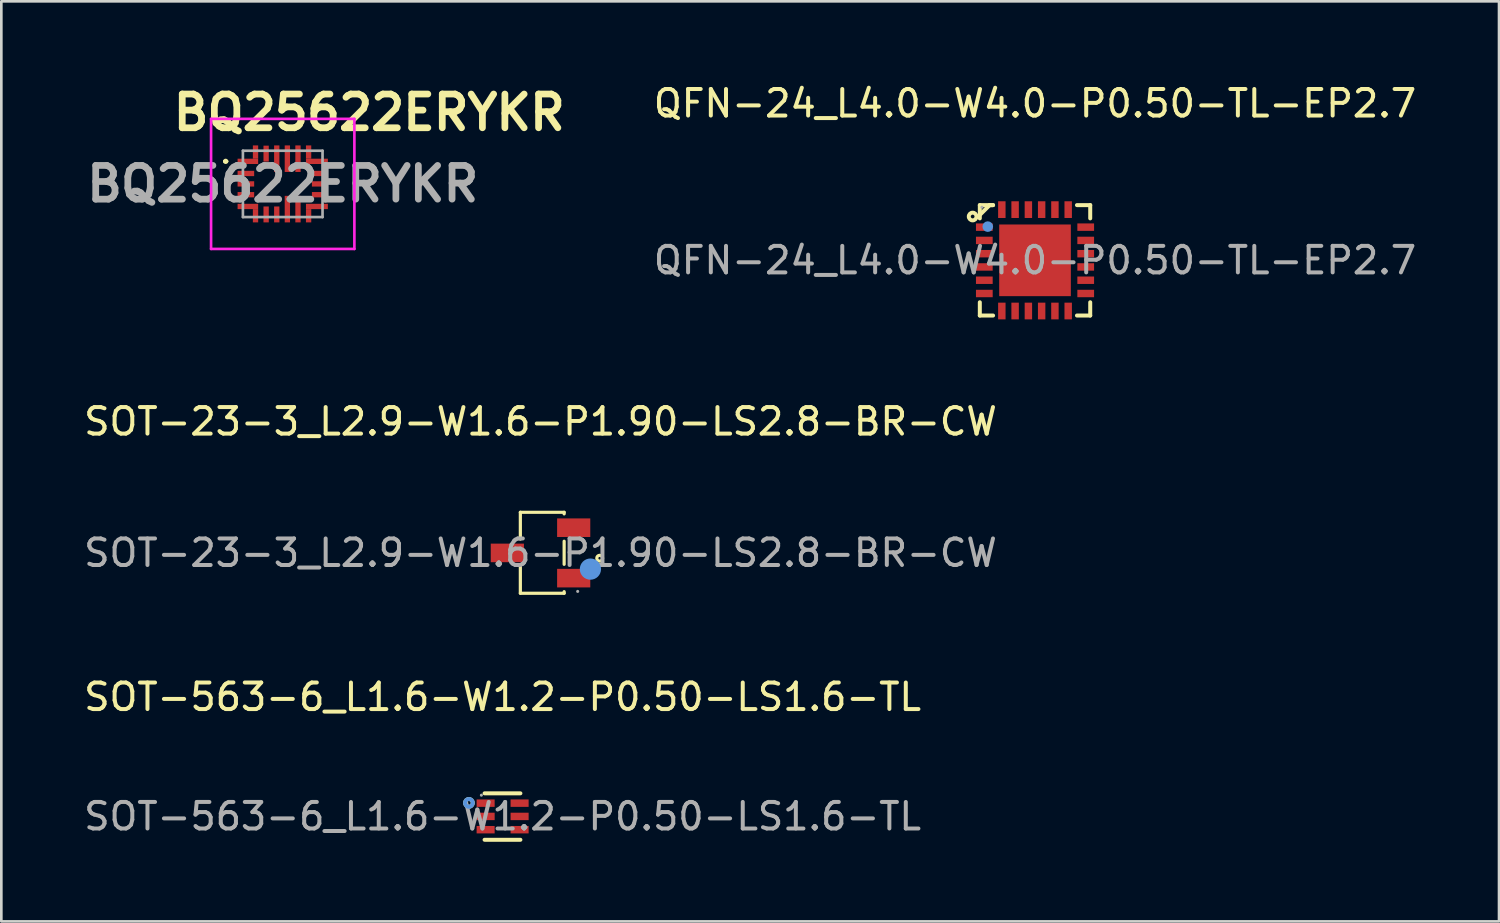
<source format=kicad_pcb>
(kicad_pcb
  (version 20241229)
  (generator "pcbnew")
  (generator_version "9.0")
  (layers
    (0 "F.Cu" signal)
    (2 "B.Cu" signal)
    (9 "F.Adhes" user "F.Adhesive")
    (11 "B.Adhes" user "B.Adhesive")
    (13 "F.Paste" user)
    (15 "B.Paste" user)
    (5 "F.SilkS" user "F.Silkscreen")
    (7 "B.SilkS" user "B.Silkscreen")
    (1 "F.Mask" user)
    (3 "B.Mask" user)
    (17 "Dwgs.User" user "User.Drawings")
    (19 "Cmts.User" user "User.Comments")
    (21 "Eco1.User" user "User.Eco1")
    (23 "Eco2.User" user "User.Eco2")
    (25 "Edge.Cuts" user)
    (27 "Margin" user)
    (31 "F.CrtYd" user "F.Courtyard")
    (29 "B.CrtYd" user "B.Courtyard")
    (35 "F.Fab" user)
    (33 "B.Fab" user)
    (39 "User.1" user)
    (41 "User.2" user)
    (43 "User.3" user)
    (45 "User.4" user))
  (footprint "SOT-563-6_L1.6-W1.2-P0.50-LS1.6-TL"
    (layer "F.Cu")
    (at 15.887 27.71)
    (property "Reference" "SOT-563-6_L1.6-W1.2-P0.50-LS1.6-TL" (at 0 -4.5 0) (layer "F.SilkS") (effects (font (size 1 1) (thickness 0.15))))
    (attr smd)
    (fp_line (start -0.68 -0.87) (end 0.67 -0.87) (stroke (width 0.15) (type solid)) (layer "F.SilkS"))
    (fp_line (start -0.68 0.88) (end 0.67 0.88) (stroke (width 0.15) (type solid)) (layer "F.SilkS"))
    (fp_circle (center -1.27 -0.51) (end -1.2 -0.51) (stroke (width 0.15) (type solid)) (fill no) (layer "F.SilkS"))
    (fp_circle (center -1.27 -0.51) (end -1.2 -0.51) (stroke (width 0.15) (type solid)) (fill no) (layer "Cmts.User"))
    (fp_circle (center -0.8 -0.8) (end -0.77 -0.8) (stroke (width 0.06) (type solid)) (fill no) (layer "F.Fab"))
    (fp_text user "${REFERENCE}" (at 0 0 0) (layer "F.Fab") (effects (font (size 1 1) (thickness 0.15))))
    (pad "1" smd rect (at -0.64 -0.5 270) (size 0.28 0.68) (layers "F.Cu" "F.Mask" "F.Paste"))
    (pad "2" smd rect (at -0.64 0 270) (size 0.28 0.68) (layers "F.Cu" "F.Mask" "F.Paste"))
    (pad "3" smd rect (at -0.64 0.5 270) (size 0.28 0.68) (layers "F.Cu" "F.Mask" "F.Paste"))
    (pad "4" smd rect (at 0.64 0.5 270) (size 0.28 0.68) (layers "F.Cu" "F.Mask" "F.Paste"))
    (pad "5" smd rect (at 0.64 0 270) (size 0.28 0.68) (layers "F.Cu" "F.Mask" "F.Paste"))
    (pad "6" smd rect (at 0.64 -0.5 270) (size 0.28 0.68) (layers "F.Cu" "F.Mask" "F.Paste")))
  (footprint "SOT-23-3_L2.9-W1.6-P1.90-LS2.8-BR-CW"
    (layer "F.Cu")
    (at 17.315 17.782)
    (property "Reference" "SOT-23-3_L2.9-W1.6-P1.90-LS2.8-BR-CW" (at 0 -4.95 0) (layer "F.SilkS") (effects (font (size 1 1) (thickness 0.15))))
    (attr smd)
    (fp_line (start -0.76 -1.53) (end 0.89 -1.53) (stroke (width 0.12) (type solid)) (layer "F.SilkS"))
    (fp_line (start -0.76 -0.52) (end -0.76 -1.53) (stroke (width 0.12) (type solid)) (layer "F.SilkS"))
    (fp_line (start -0.76 1.52) (end -0.76 0.51) (stroke (width 0.12) (type solid)) (layer "F.SilkS"))
    (fp_line (start 0.89 -1.53) (end 0.89 -1.47) (stroke (width 0.12) (type solid)) (layer "F.SilkS"))
    (fp_line (start 0.89 -0.44) (end 0.89 0.43) (stroke (width 0.12) (type solid)) (layer "F.SilkS"))
    (fp_line (start 0.89 1.46) (end 0.89 1.52) (stroke (width 0.12) (type solid)) (layer "F.SilkS"))
    (fp_line (start 0.89 1.52) (end -0.76 1.52) (stroke (width 0.12) (type solid)) (layer "F.SilkS"))
    (fp_circle (center 2.23 0.2) (end 2.28 0.2) (stroke (width 0.12) (type solid)) (fill no) (layer "F.SilkS"))
    (fp_circle (center 1.88 0.61) (end 2.08 0.61) (stroke (width 0.4) (type solid)) (fill no) (layer "Cmts.User"))
    (fp_circle (center 1.4 1.45) (end 1.43 1.45) (stroke (width 0.06) (type solid)) (fill no) (layer "F.Fab"))
    (fp_text user "${REFERENCE}" (at 0 0 0) (layer "F.Fab") (effects (font (size 1 1) (thickness 0.15))))
    (pad "1" smd rect (at 1.25 0.95 270) (size 0.7 1.25) (layers "F.Cu" "F.Mask" "F.Paste"))
    (pad "2" smd rect (at -1.25 0 270) (size 0.7 1.25) (layers "F.Cu" "F.Mask" "F.Paste"))
    (pad "3" smd rect (at 1.25 -0.95 270) (size 0.7 1.25) (layers "F.Cu" "F.Mask" "F.Paste")))
  (footprint "QFN-24_L4.0-W4.0-P0.50-TL-EP2.7"
    (layer "F.Cu")
    (at 35.946 6.758)
    (property "Reference" "QFN-24_L4.0-W4.0-P0.50-TL-EP2.7" (at 0 -5.91 0) (layer "F.SilkS") (effects (font (size 1 1) (thickness 0.15))))
    (attr smd)
    (fp_line (start -2.08 -2.08) (end -2.08 -1.58) (stroke (width 0.15) (type solid)) (layer "F.SilkS"))
    (fp_line (start -2.08 2.08) (end -2.08 1.58) (stroke (width 0.15) (type solid)) (layer "F.SilkS"))
    (fp_line (start -1.71 -2.08) (end -2.08 -1.71) (stroke (width 0.15) (type solid)) (layer "F.SilkS"))
    (fp_line (start -1.58 -2.08) (end -2.08 -2.08) (stroke (width 0.15) (type solid)) (layer "F.SilkS"))
    (fp_line (start -1.58 -2.08) (end -1.71 -2.08) (stroke (width 0.15) (type solid)) (layer "F.SilkS"))
    (fp_line (start -1.58 2.08) (end -2.08 2.08) (stroke (width 0.15) (type solid)) (layer "F.SilkS"))
    (fp_line (start 1.58 -2.08) (end 2.08 -2.08) (stroke (width 0.15) (type solid)) (layer "F.SilkS"))
    (fp_line (start 1.58 2.08) (end 2.08 2.08) (stroke (width 0.15) (type solid)) (layer "F.SilkS"))
    (fp_line (start 2.08 -2.08) (end 2.08 -1.58) (stroke (width 0.15) (type solid)) (layer "F.SilkS"))
    (fp_line (start 2.08 2.08) (end 2.08 1.58) (stroke (width 0.15) (type solid)) (layer "F.SilkS"))
    (fp_circle (center -2.35 -1.65) (end -2.28 -1.65) (stroke (width 0.15) (type solid)) (fill no) (layer "F.SilkS"))
    (fp_circle (center -1.78 -1.27) (end -1.68 -1.27) (stroke (width 0.2) (type solid)) (fill no) (layer "Cmts.User"))
    (fp_circle (center -2 -2) (end -1.97 -2) (stroke (width 0.06) (type solid)) (fill no) (layer "F.Fab"))
    (fp_text user "${REFERENCE}" (at 0 0 0) (layer "F.Fab") (effects (font (size 1 1) (thickness 0.15))))
    (pad "1" smd rect (at -1.91 -1.25) (size 0.63 0.28) (layers "F.Cu" "F.Mask" "F.Paste"))
    (pad "2" smd rect (at -1.91 -0.75) (size 0.63 0.28) (layers "F.Cu" "F.Mask" "F.Paste"))
    (pad "3" smd rect (at -1.91 -0.25) (size 0.63 0.28) (layers "F.Cu" "F.Mask" "F.Paste"))
    (pad "4" smd rect (at -1.91 0.25) (size 0.63 0.28) (layers "F.Cu" "F.Mask" "F.Paste"))
    (pad "5" smd rect (at -1.91 0.75) (size 0.63 0.28) (layers "F.Cu" "F.Mask" "F.Paste"))
    (pad "6" smd rect (at -1.91 1.25) (size 0.63 0.28) (layers "F.Cu" "F.Mask" "F.Paste"))
    (pad "7" smd rect (at -1.25 1.91) (size 0.28 0.63) (layers "F.Cu" "F.Mask" "F.Paste"))
    (pad "8" smd rect (at -0.75 1.91) (size 0.28 0.63) (layers "F.Cu" "F.Mask" "F.Paste"))
    (pad "9" smd rect (at -0.25 1.91) (size 0.28 0.63) (layers "F.Cu" "F.Mask" "F.Paste"))
    (pad "10" smd rect (at 0.25 1.91) (size 0.28 0.63) (layers "F.Cu" "F.Mask" "F.Paste"))
    (pad "11" smd rect (at 0.75 1.91) (size 0.28 0.63) (layers "F.Cu" "F.Mask" "F.Paste"))
    (pad "12" smd rect (at 1.25 1.91) (size 0.28 0.63) (layers "F.Cu" "F.Mask" "F.Paste"))
    (pad "13" smd rect (at 1.91 1.25) (size 0.63 0.28) (layers "F.Cu" "F.Mask" "F.Paste"))
    (pad "14" smd rect (at 1.91 0.75) (size 0.63 0.28) (layers "F.Cu" "F.Mask" "F.Paste"))
    (pad "15" smd rect (at 1.91 0.25) (size 0.63 0.28) (layers "F.Cu" "F.Mask" "F.Paste"))
    (pad "16" smd rect (at 1.91 -0.25) (size 0.63 0.28) (layers "F.Cu" "F.Mask" "F.Paste"))
    (pad "17" smd rect (at 1.91 -0.75) (size 0.63 0.28) (layers "F.Cu" "F.Mask" "F.Paste"))
    (pad "18" smd rect (at 1.91 -1.25) (size 0.63 0.28) (layers "F.Cu" "F.Mask" "F.Paste"))
    (pad "19" smd rect (at 1.25 -1.91) (size 0.28 0.63) (layers "F.Cu" "F.Mask" "F.Paste"))
    (pad "20" smd rect (at 0.75 -1.91) (size 0.28 0.63) (layers "F.Cu" "F.Mask" "F.Paste"))
    (pad "21" smd rect (at 0.25 -1.91) (size 0.28 0.63) (layers "F.Cu" "F.Mask" "F.Paste"))
    (pad "22" smd rect (at -0.25 -1.91) (size 0.28 0.63) (layers "F.Cu" "F.Mask" "F.Paste"))
    (pad "23" smd rect (at -0.75 -1.91) (size 0.28 0.63) (layers "F.Cu" "F.Mask" "F.Paste"))
    (pad "24" smd rect (at -1.25 -1.91) (size 0.28 0.63) (layers "F.Cu" "F.Mask" "F.Paste"))
    (pad "25" smd rect (at 0 0) (size 2.7 2.7) (layers "F.Cu" "F.Mask" "F.Paste")))
  (footprint "BQ25622ERYKR"
    (layer "F.Cu")
    (at 7.602 3.879)
    (property "Reference" "BQ25622ERYKR" (at 3.26 -2.69 0) (layer "F.SilkS") (effects (font (size 1.27 1.27) (thickness 0.254))))
    (attr smd)
    (fp_line (start -2.2 -0.85) (end -2.2 -0.85) (stroke (width 0.1) (type solid)) (layer "F.SilkS"))
    (fp_line (start -2.1 -0.85) (end -2.1 -0.85) (stroke (width 0.1) (type solid)) (layer "F.SilkS"))
    (fp_arc (start -2.2 -0.85) (mid -2.15 -0.9) (end -2.1 -0.85) (stroke (width 0.1) (type solid)) (layer "F.SilkS"))
    (fp_arc (start -2.1 -0.85) (mid -2.15 -0.8) (end -2.2 -0.85) (stroke (width 0.1) (type solid)) (layer "F.SilkS"))
    (fp_line (start -2.7 -2.45) (end 2.7 -2.45) (stroke (width 0.1) (type solid)) (layer "F.CrtYd"))
    (fp_line (start -2.7 2.45) (end -2.7 -2.45) (stroke (width 0.1) (type solid)) (layer "F.CrtYd"))
    (fp_line (start 2.7 -2.45) (end 2.7 2.45) (stroke (width 0.1) (type solid)) (layer "F.CrtYd"))
    (fp_line (start 2.7 2.45) (end -2.7 2.45) (stroke (width 0.1) (type solid)) (layer "F.CrtYd"))
    (fp_line (start -1.5 -1.25) (end 1.5 -1.25) (stroke (width 0.1) (type solid)) (layer "F.Fab"))
    (fp_line (start -1.5 1.25) (end -1.5 -1.25) (stroke (width 0.1) (type solid)) (layer "F.Fab"))
    (fp_line (start 1.5 -1.25) (end 1.5 1.25) (stroke (width 0.1) (type solid)) (layer "F.Fab"))
    (fp_line (start 1.5 1.25) (end -1.5 1.25) (stroke (width 0.1) (type solid)) (layer "F.Fab"))
    (fp_text user "${REFERENCE}" (at 0 0 0) (layer "F.Fab") (effects (font (size 1.27 1.27) (thickness 0.254))))
    (pad "1" smd rect (at -1.313 -0.85 90) (size 0.2 0.775) (layers "F.Cu" "F.Mask" "F.Paste"))
    (pad "1" smd rect (at -1.025 -1.2) (size 0.2 0.5) (layers "F.Cu" "F.Mask" "F.Paste"))
    (pad "2" smd rect (at -1.388 -0.393 90) (size 0.2 0.625) (layers "F.Cu" "F.Mask" "F.Paste"))
    (pad "3" smd rect (at -1.388 0 90) (size 0.2 0.625) (layers "F.Cu" "F.Mask" "F.Paste"))
    (pad "4" smd rect (at -1.388 0.407 90) (size 0.2 0.625) (layers "F.Cu" "F.Mask" "F.Paste"))
    (pad "5" smd rect (at -1.313 0.85 90) (size 0.2 0.775) (layers "F.Cu" "F.Mask" "F.Paste"))
    (pad "5" smd rect (at -1.025 1.2) (size 0.2 0.5) (layers "F.Cu" "F.Mask" "F.Paste"))
    (pad "6" smd rect (at -0.625 1.15) (size 0.2 0.6) (layers "F.Cu" "F.Mask" "F.Paste"))
    (pad "7" smd rect (at -0.225 1.15) (size 0.2 0.6) (layers "F.Cu" "F.Mask" "F.Paste"))
    (pad "8" smd rect (at 0.175 0.95) (size 0.2 1) (layers "F.Cu" "F.Mask" "F.Paste"))
    (pad "9" smd rect (at 0.575 0.95) (size 0.2 1) (layers "F.Cu" "F.Mask" "F.Paste"))
    (pad "10" smd rect (at 0.975 1.2) (size 0.2 0.5) (layers "F.Cu" "F.Mask" "F.Paste"))
    (pad "10" smd rect (at 1.288 0.85 90) (size 0.2 0.825) (layers "F.Cu" "F.Mask" "F.Paste"))
    (pad "11" smd rect (at 1.4 0.407 90) (size 0.2 0.6) (layers "F.Cu" "F.Mask" "F.Paste"))
    (pad "12" smd rect (at 1.4 0 90) (size 0.2 0.6) (layers "F.Cu" "F.Mask" "F.Paste"))
    (pad "13" smd rect (at 1.4 -0.393 90) (size 0.2 0.6) (layers "F.Cu" "F.Mask" "F.Paste"))
    (pad "14" smd rect (at 0.975 -1.2) (size 0.2 0.5) (layers "F.Cu" "F.Mask" "F.Paste"))
    (pad "14" smd rect (at 1.288 -0.85 90) (size 0.2 0.825) (layers "F.Cu" "F.Mask" "F.Paste"))
    (pad "15" smd rect (at 0.575 -0.95) (size 0.2 1) (layers "F.Cu" "F.Mask" "F.Paste"))
    (pad "16" smd rect (at 0.175 -0.95) (size 0.2 1) (layers "F.Cu" "F.Mask" "F.Paste"))
    (pad "17" smd rect (at -0.225 -0.95) (size 0.2 1) (layers "F.Cu" "F.Mask" "F.Paste"))
    (pad "18" smd rect (at -0.625 -1.141) (size 0.2 0.6) (layers "F.Cu" "F.Mask" "F.Paste")))
  (gr_rect
    (start -3 -3)
    (end 53.428 31.665)
    (stroke (width 0.1) (type default))
    (fill no)
    (layer "Edge.Cuts")))
</source>
